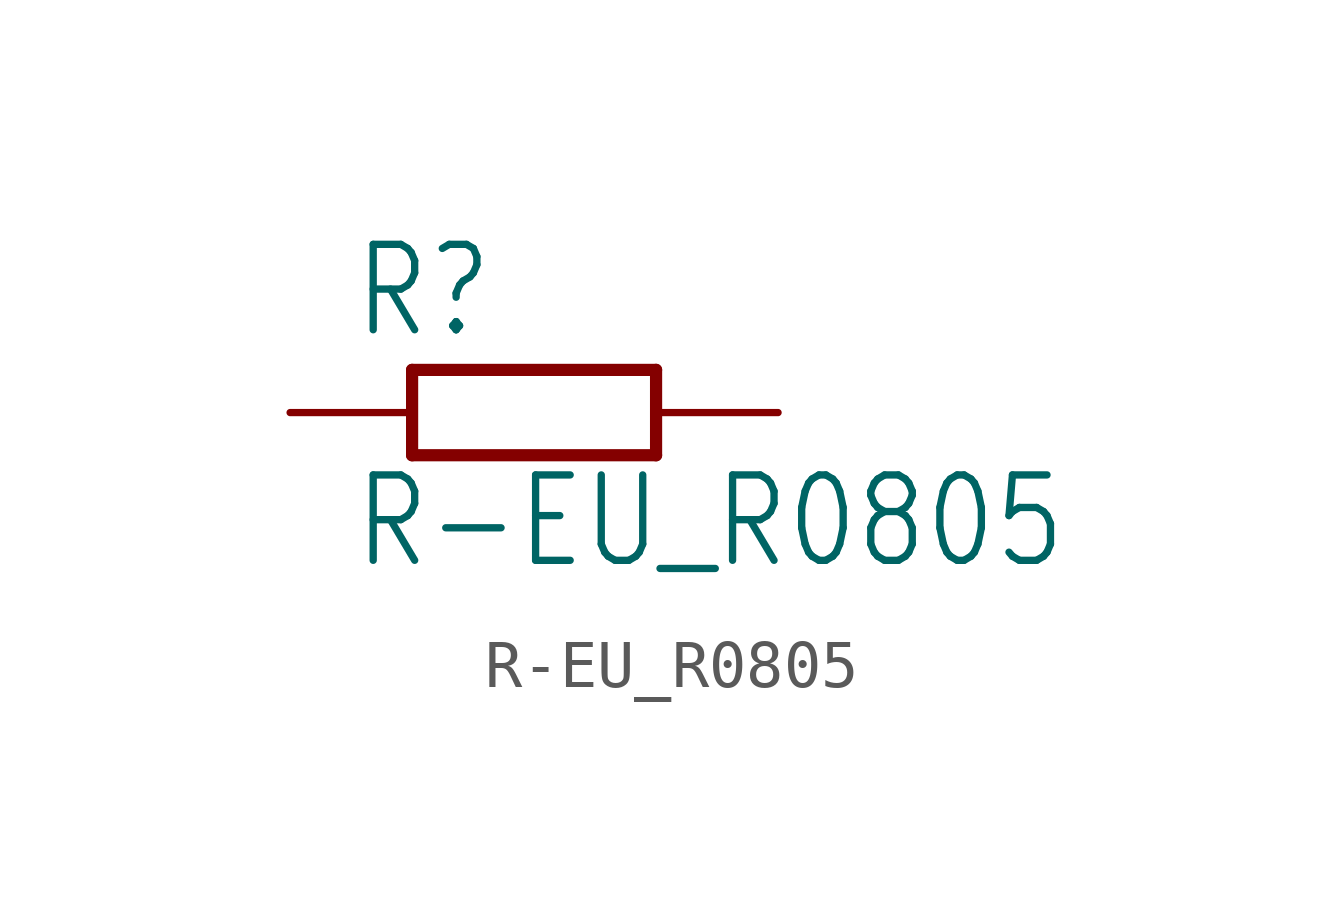
<source format=kicad_sym>
(kicad_symbol_lib
  (version 20211014)
  (generator kicad_symbol_editor)
  (symbol "R-EU_R0805"
    (property "Reference" "R"
      (at -3.81 1.499 0)
      (effects (font (size 1.778 1.511)) (justify left bottom)))
    (property "Value" "R-EU_R0805"
      (at -3.81 -3.302 0)
      (effects (font (size 1.778 1.511)) (justify left bottom)))
    (property "ki_locked" ""
      (at 0 0 0)
      (effects (font (size 1.27 1.27))))
    (symbol "R-EU_R0805_1_0"
      (polyline (pts (xy -2.54 -0.889) (xy -2.54 0.889)) (stroke (width 0.254) (type default) (color 0 0 0 0)) (fill (type none)))
      (polyline (pts (xy -2.54 -0.889) (xy 2.54 -0.889)) (stroke (width 0.254) (type default) (color 0 0 0 0)) (fill (type none)))
      (polyline (pts (xy 2.54 -0.889) (xy 2.54 0.889)) (stroke (width 0.254) (type default) (color 0 0 0 0)) (fill (type none)))
      (polyline (pts (xy 2.54 0.889) (xy -2.54 0.889)) (stroke (width 0.254) (type default) (color 0 0 0 0)) (fill (type none)))
      (pin passive line (at -5.08 0 0) (length 2.54) (name "1" (effects (font (size 0 0)))) (number "1" (effects (font (size 0 0)))))
      (pin passive line (at 5.08 0 180) (length 2.54) (name "2" (effects (font (size 0 0)))) (number "2" (effects (font (size 0 0))))))))
</source>
